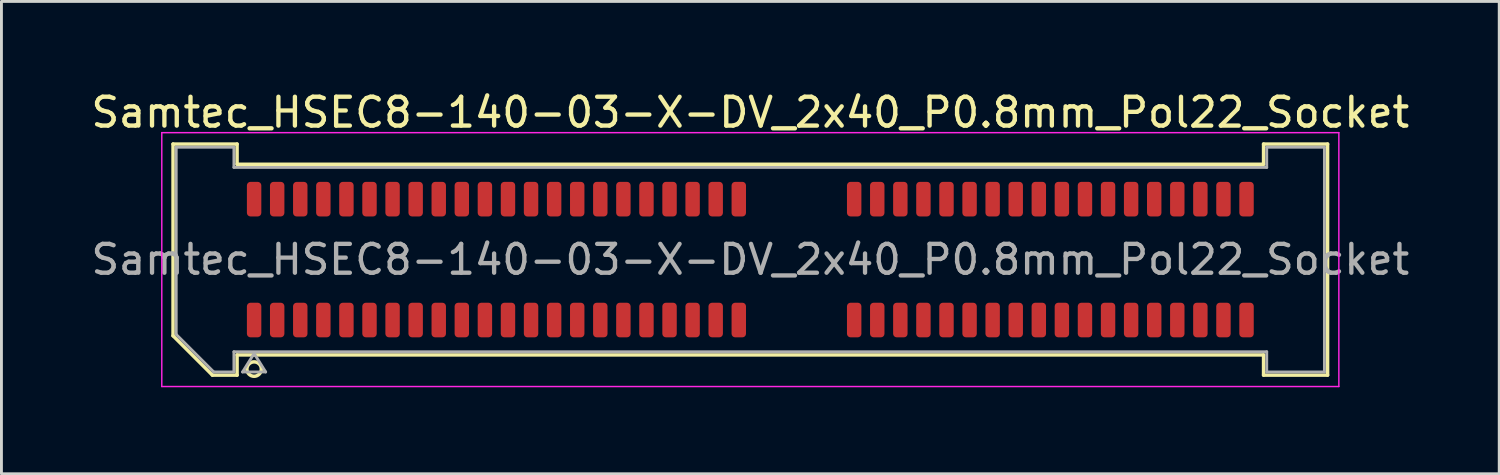
<source format=kicad_pcb>
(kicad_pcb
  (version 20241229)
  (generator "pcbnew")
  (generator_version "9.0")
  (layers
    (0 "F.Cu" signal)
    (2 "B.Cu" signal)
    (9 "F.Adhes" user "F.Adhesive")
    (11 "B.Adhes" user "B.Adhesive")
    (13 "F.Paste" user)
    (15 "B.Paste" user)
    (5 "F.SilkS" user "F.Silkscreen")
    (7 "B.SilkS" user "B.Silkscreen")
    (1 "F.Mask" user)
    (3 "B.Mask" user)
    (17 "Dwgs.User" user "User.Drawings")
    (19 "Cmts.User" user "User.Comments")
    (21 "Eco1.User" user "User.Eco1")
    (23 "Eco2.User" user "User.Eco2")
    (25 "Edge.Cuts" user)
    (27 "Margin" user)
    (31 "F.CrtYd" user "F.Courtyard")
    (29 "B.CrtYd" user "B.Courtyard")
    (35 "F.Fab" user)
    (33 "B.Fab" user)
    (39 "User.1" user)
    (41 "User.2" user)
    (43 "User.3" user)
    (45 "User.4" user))
  (footprint "Samtec_HSEC8-140-03-X-DV_2x40_P0.8mm_Pol22_Socket"
    (layer "F.Cu")
    (at 22.958 5.948)
    (property "Reference" "Samtec_HSEC8-140-03-X-DV_2x40_P0.8mm_Pol22_Socket" (at 0 -5.1 0) (layer "F.SilkS") (effects (font (size 1 1) (thickness 0.15))))
    (attr smd)
    (fp_line (start -20.01 -4.005) (end -17.79 -4.005) (stroke (width 0.12) (type solid)) (layer "F.SilkS"))
    (fp_line (start -20.01 2.641) (end -20.01 -4.005) (stroke (width 0.12) (type solid)) (layer "F.SilkS"))
    (fp_line (start -18.646 4.005) (end -20.01 2.641) (stroke (width 0.12) (type solid)) (layer "F.SilkS"))
    (fp_line (start -17.79 -4.005) (end -17.79 -3.305) (stroke (width 0.12) (type solid)) (layer "F.SilkS"))
    (fp_line (start -17.79 -3.305) (end 17.79 -3.305) (stroke (width 0.12) (type solid)) (layer "F.SilkS"))
    (fp_line (start -17.79 3.305) (end -17.79 4.005) (stroke (width 0.12) (type solid)) (layer "F.SilkS"))
    (fp_line (start -17.79 4.005) (end -18.646 4.005) (stroke (width 0.12) (type solid)) (layer "F.SilkS"))
    (fp_line (start 17.79 -4.005) (end 20.01 -4.005) (stroke (width 0.12) (type solid)) (layer "F.SilkS"))
    (fp_line (start 17.79 -3.305) (end 17.79 -4.005) (stroke (width 0.12) (type solid)) (layer "F.SilkS"))
    (fp_line (start 17.79 3.305) (end -17.79 3.305) (stroke (width 0.12) (type solid)) (layer "F.SilkS"))
    (fp_line (start 17.79 4.005) (end 17.79 3.305) (stroke (width 0.12) (type solid)) (layer "F.SilkS"))
    (fp_line (start 20.01 -4.005) (end 20.01 4.005) (stroke (width 0.12) (type solid)) (layer "F.SilkS"))
    (fp_line (start 20.01 4.005) (end 17.79 4.005) (stroke (width 0.12) (type solid)) (layer "F.SilkS"))
    (fp_circle (center -17.2 3.795) (end -16.95 3.795) (stroke (width 0.12) (type solid)) (fill no) (layer "F.SilkS"))
    (fp_line (start -20.4 -4.4) (end -20.4 4.4) (stroke (width 0.05) (type solid)) (layer "F.CrtYd"))
    (fp_line (start -20.4 4.4) (end 20.4 4.4) (stroke (width 0.05) (type solid)) (layer "F.CrtYd"))
    (fp_line (start 20.4 -4.4) (end -20.4 -4.4) (stroke (width 0.05) (type solid)) (layer "F.CrtYd"))
    (fp_line (start 20.4 4.4) (end 20.4 -4.4) (stroke (width 0.05) (type solid)) (layer "F.CrtYd"))
    (fp_line (start -19.9 -3.895) (end -17.9 -3.895) (stroke (width 0.1) (type solid)) (layer "F.Fab"))
    (fp_line (start -19.9 2.595) (end -19.9 -3.895) (stroke (width 0.1) (type solid)) (layer "F.Fab"))
    (fp_line (start -18.6 3.895) (end -19.9 2.595) (stroke (width 0.1) (type solid)) (layer "F.Fab"))
    (fp_line (start -17.9 -3.895) (end -17.9 -3.195) (stroke (width 0.1) (type solid)) (layer "F.Fab"))
    (fp_line (start -17.9 -3.195) (end 17.9 -3.195) (stroke (width 0.1) (type solid)) (layer "F.Fab"))
    (fp_line (start -17.9 3.195) (end -17.9 3.895) (stroke (width 0.1) (type solid)) (layer "F.Fab"))
    (fp_line (start -17.9 3.895) (end -18.6 3.895) (stroke (width 0.1) (type solid)) (layer "F.Fab"))
    (fp_line (start -17.6 3.895) (end -17.2 3.255) (stroke (width 0.1) (type solid)) (layer "F.Fab"))
    (fp_line (start -17.2 3.255) (end -16.8 3.895) (stroke (width 0.1) (type solid)) (layer "F.Fab"))
    (fp_line (start -16.8 3.895) (end -17.6 3.895) (stroke (width 0.1) (type solid)) (layer "F.Fab"))
    (fp_line (start 17.9 -3.895) (end 19.9 -3.895) (stroke (width 0.1) (type solid)) (layer "F.Fab"))
    (fp_line (start 17.9 -3.195) (end 17.9 -3.895) (stroke (width 0.1) (type solid)) (layer "F.Fab"))
    (fp_line (start 17.9 3.195) (end -17.9 3.195) (stroke (width 0.1) (type solid)) (layer "F.Fab"))
    (fp_line (start 17.9 3.895) (end 17.9 3.195) (stroke (width 0.1) (type solid)) (layer "F.Fab"))
    (fp_line (start 19.9 -3.895) (end 19.9 3.895) (stroke (width 0.1) (type solid)) (layer "F.Fab"))
    (fp_line (start 19.9 3.895) (end 17.9 3.895) (stroke (width 0.1) (type solid)) (layer "F.Fab"))
    (fp_text user "${REFERENCE}" (at 0 0 0) (layer "F.Fab") (effects (font (size 1 1) (thickness 0.15))))
    (pad "1" smd roundrect (at -17.2 2.095) (size 0.5 1.2) (layers "F.Cu" "F.Mask" "F.Paste") (roundrect_rratio 0.25))
    (pad "2" smd roundrect (at -17.2 -2.095) (size 0.5 1.2) (layers "F.Cu" "F.Mask" "F.Paste") (roundrect_rratio 0.25))
    (pad "3" smd roundrect (at -16.4 2.095) (size 0.5 1.2) (layers "F.Cu" "F.Mask" "F.Paste") (roundrect_rratio 0.25))
    (pad "4" smd roundrect (at -16.4 -2.095) (size 0.5 1.2) (layers "F.Cu" "F.Mask" "F.Paste") (roundrect_rratio 0.25))
    (pad "5" smd roundrect (at -15.6 2.095) (size 0.5 1.2) (layers "F.Cu" "F.Mask" "F.Paste") (roundrect_rratio 0.25))
    (pad "6" smd roundrect (at -15.6 -2.095) (size 0.5 1.2) (layers "F.Cu" "F.Mask" "F.Paste") (roundrect_rratio 0.25))
    (pad "7" smd roundrect (at -14.8 2.095) (size 0.5 1.2) (layers "F.Cu" "F.Mask" "F.Paste") (roundrect_rratio 0.25))
    (pad "8" smd roundrect (at -14.8 -2.095) (size 0.5 1.2) (layers "F.Cu" "F.Mask" "F.Paste") (roundrect_rratio 0.25))
    (pad "9" smd roundrect (at -14 2.095) (size 0.5 1.2) (layers "F.Cu" "F.Mask" "F.Paste") (roundrect_rratio 0.25))
    (pad "10" smd roundrect (at -14 -2.095) (size 0.5 1.2) (layers "F.Cu" "F.Mask" "F.Paste") (roundrect_rratio 0.25))
    (pad "11" smd roundrect (at -13.2 2.095) (size 0.5 1.2) (layers "F.Cu" "F.Mask" "F.Paste") (roundrect_rratio 0.25))
    (pad "12" smd roundrect (at -13.2 -2.095) (size 0.5 1.2) (layers "F.Cu" "F.Mask" "F.Paste") (roundrect_rratio 0.25))
    (pad "13" smd roundrect (at -12.4 2.095) (size 0.5 1.2) (layers "F.Cu" "F.Mask" "F.Paste") (roundrect_rratio 0.25))
    (pad "14" smd roundrect (at -12.4 -2.095) (size 0.5 1.2) (layers "F.Cu" "F.Mask" "F.Paste") (roundrect_rratio 0.25))
    (pad "15" smd roundrect (at -11.6 2.095) (size 0.5 1.2) (layers "F.Cu" "F.Mask" "F.Paste") (roundrect_rratio 0.25))
    (pad "16" smd roundrect (at -11.6 -2.095) (size 0.5 1.2) (layers "F.Cu" "F.Mask" "F.Paste") (roundrect_rratio 0.25))
    (pad "17" smd roundrect (at -10.8 2.095) (size 0.5 1.2) (layers "F.Cu" "F.Mask" "F.Paste") (roundrect_rratio 0.25))
    (pad "18" smd roundrect (at -10.8 -2.095) (size 0.5 1.2) (layers "F.Cu" "F.Mask" "F.Paste") (roundrect_rratio 0.25))
    (pad "19" smd roundrect (at -10 2.095) (size 0.5 1.2) (layers "F.Cu" "F.Mask" "F.Paste") (roundrect_rratio 0.25))
    (pad "20" smd roundrect (at -10 -2.095) (size 0.5 1.2) (layers "F.Cu" "F.Mask" "F.Paste") (roundrect_rratio 0.25))
    (pad "21" smd roundrect (at -9.2 2.095) (size 0.5 1.2) (layers "F.Cu" "F.Mask" "F.Paste") (roundrect_rratio 0.25))
    (pad "22" smd roundrect (at -9.2 -2.095) (size 0.5 1.2) (layers "F.Cu" "F.Mask" "F.Paste") (roundrect_rratio 0.25))
    (pad "23" smd roundrect (at -8.4 2.095) (size 0.5 1.2) (layers "F.Cu" "F.Mask" "F.Paste") (roundrect_rratio 0.25))
    (pad "24" smd roundrect (at -8.4 -2.095) (size 0.5 1.2) (layers "F.Cu" "F.Mask" "F.Paste") (roundrect_rratio 0.25))
    (pad "25" smd roundrect (at -7.6 2.095) (size 0.5 1.2) (layers "F.Cu" "F.Mask" "F.Paste") (roundrect_rratio 0.25))
    (pad "26" smd roundrect (at -7.6 -2.095) (size 0.5 1.2) (layers "F.Cu" "F.Mask" "F.Paste") (roundrect_rratio 0.25))
    (pad "27" smd roundrect (at -6.8 2.095) (size 0.5 1.2) (layers "F.Cu" "F.Mask" "F.Paste") (roundrect_rratio 0.25))
    (pad "28" smd roundrect (at -6.8 -2.095) (size 0.5 1.2) (layers "F.Cu" "F.Mask" "F.Paste") (roundrect_rratio 0.25))
    (pad "29" smd roundrect (at -6 2.095) (size 0.5 1.2) (layers "F.Cu" "F.Mask" "F.Paste") (roundrect_rratio 0.25))
    (pad "30" smd roundrect (at -6 -2.095) (size 0.5 1.2) (layers "F.Cu" "F.Mask" "F.Paste") (roundrect_rratio 0.25))
    (pad "31" smd roundrect (at -5.2 2.095) (size 0.5 1.2) (layers "F.Cu" "F.Mask" "F.Paste") (roundrect_rratio 0.25))
    (pad "32" smd roundrect (at -5.2 -2.095) (size 0.5 1.2) (layers "F.Cu" "F.Mask" "F.Paste") (roundrect_rratio 0.25))
    (pad "33" smd roundrect (at -4.4 2.095) (size 0.5 1.2) (layers "F.Cu" "F.Mask" "F.Paste") (roundrect_rratio 0.25))
    (pad "34" smd roundrect (at -4.4 -2.095) (size 0.5 1.2) (layers "F.Cu" "F.Mask" "F.Paste") (roundrect_rratio 0.25))
    (pad "35" smd roundrect (at -3.6 2.095) (size 0.5 1.2) (layers "F.Cu" "F.Mask" "F.Paste") (roundrect_rratio 0.25))
    (pad "36" smd roundrect (at -3.6 -2.095) (size 0.5 1.2) (layers "F.Cu" "F.Mask" "F.Paste") (roundrect_rratio 0.25))
    (pad "37" smd roundrect (at -2.8 2.095) (size 0.5 1.2) (layers "F.Cu" "F.Mask" "F.Paste") (roundrect_rratio 0.25))
    (pad "38" smd roundrect (at -2.8 -2.095) (size 0.5 1.2) (layers "F.Cu" "F.Mask" "F.Paste") (roundrect_rratio 0.25))
    (pad "39" smd roundrect (at -2 2.095) (size 0.5 1.2) (layers "F.Cu" "F.Mask" "F.Paste") (roundrect_rratio 0.25))
    (pad "40" smd roundrect (at -2 -2.095) (size 0.5 1.2) (layers "F.Cu" "F.Mask" "F.Paste") (roundrect_rratio 0.25))
    (pad "41" smd roundrect (at -1.2 2.095) (size 0.5 1.2) (layers "F.Cu" "F.Mask" "F.Paste") (roundrect_rratio 0.25))
    (pad "42" smd roundrect (at -1.2 -2.095) (size 0.5 1.2) (layers "F.Cu" "F.Mask" "F.Paste") (roundrect_rratio 0.25))
    (pad "43" smd roundrect (at -0.4 2.095) (size 0.5 1.2) (layers "F.Cu" "F.Mask" "F.Paste") (roundrect_rratio 0.25))
    (pad "44" smd roundrect (at -0.4 -2.095) (size 0.5 1.2) (layers "F.Cu" "F.Mask" "F.Paste") (roundrect_rratio 0.25))
    (pad "45" smd roundrect (at 3.6 2.095) (size 0.5 1.2) (layers "F.Cu" "F.Mask" "F.Paste") (roundrect_rratio 0.25))
    (pad "46" smd roundrect (at 3.6 -2.095) (size 0.5 1.2) (layers "F.Cu" "F.Mask" "F.Paste") (roundrect_rratio 0.25))
    (pad "47" smd roundrect (at 4.4 2.095) (size 0.5 1.2) (layers "F.Cu" "F.Mask" "F.Paste") (roundrect_rratio 0.25))
    (pad "48" smd roundrect (at 4.4 -2.095) (size 0.5 1.2) (layers "F.Cu" "F.Mask" "F.Paste") (roundrect_rratio 0.25))
    (pad "49" smd roundrect (at 5.2 2.095) (size 0.5 1.2) (layers "F.Cu" "F.Mask" "F.Paste") (roundrect_rratio 0.25))
    (pad "50" smd roundrect (at 5.2 -2.095) (size 0.5 1.2) (layers "F.Cu" "F.Mask" "F.Paste") (roundrect_rratio 0.25))
    (pad "51" smd roundrect (at 6 2.095) (size 0.5 1.2) (layers "F.Cu" "F.Mask" "F.Paste") (roundrect_rratio 0.25))
    (pad "52" smd roundrect (at 6 -2.095) (size 0.5 1.2) (layers "F.Cu" "F.Mask" "F.Paste") (roundrect_rratio 0.25))
    (pad "53" smd roundrect (at 6.8 2.095) (size 0.5 1.2) (layers "F.Cu" "F.Mask" "F.Paste") (roundrect_rratio 0.25))
    (pad "54" smd roundrect (at 6.8 -2.095) (size 0.5 1.2) (layers "F.Cu" "F.Mask" "F.Paste") (roundrect_rratio 0.25))
    (pad "55" smd roundrect (at 7.6 2.095) (size 0.5 1.2) (layers "F.Cu" "F.Mask" "F.Paste") (roundrect_rratio 0.25))
    (pad "56" smd roundrect (at 7.6 -2.095) (size 0.5 1.2) (layers "F.Cu" "F.Mask" "F.Paste") (roundrect_rratio 0.25))
    (pad "57" smd roundrect (at 8.4 2.095) (size 0.5 1.2) (layers "F.Cu" "F.Mask" "F.Paste") (roundrect_rratio 0.25))
    (pad "58" smd roundrect (at 8.4 -2.095) (size 0.5 1.2) (layers "F.Cu" "F.Mask" "F.Paste") (roundrect_rratio 0.25))
    (pad "59" smd roundrect (at 9.2 2.095) (size 0.5 1.2) (layers "F.Cu" "F.Mask" "F.Paste") (roundrect_rratio 0.25))
    (pad "60" smd roundrect (at 9.2 -2.095) (size 0.5 1.2) (layers "F.Cu" "F.Mask" "F.Paste") (roundrect_rratio 0.25))
    (pad "61" smd roundrect (at 10 2.095) (size 0.5 1.2) (layers "F.Cu" "F.Mask" "F.Paste") (roundrect_rratio 0.25))
    (pad "62" smd roundrect (at 10 -2.095) (size 0.5 1.2) (layers "F.Cu" "F.Mask" "F.Paste") (roundrect_rratio 0.25))
    (pad "63" smd roundrect (at 10.8 2.095) (size 0.5 1.2) (layers "F.Cu" "F.Mask" "F.Paste") (roundrect_rratio 0.25))
    (pad "64" smd roundrect (at 10.8 -2.095) (size 0.5 1.2) (layers "F.Cu" "F.Mask" "F.Paste") (roundrect_rratio 0.25))
    (pad "65" smd roundrect (at 11.6 2.095) (size 0.5 1.2) (layers "F.Cu" "F.Mask" "F.Paste") (roundrect_rratio 0.25))
    (pad "66" smd roundrect (at 11.6 -2.095) (size 0.5 1.2) (layers "F.Cu" "F.Mask" "F.Paste") (roundrect_rratio 0.25))
    (pad "67" smd roundrect (at 12.4 2.095) (size 0.5 1.2) (layers "F.Cu" "F.Mask" "F.Paste") (roundrect_rratio 0.25))
    (pad "68" smd roundrect (at 12.4 -2.095) (size 0.5 1.2) (layers "F.Cu" "F.Mask" "F.Paste") (roundrect_rratio 0.25))
    (pad "69" smd roundrect (at 13.2 2.095) (size 0.5 1.2) (layers "F.Cu" "F.Mask" "F.Paste") (roundrect_rratio 0.25))
    (pad "70" smd roundrect (at 13.2 -2.095) (size 0.5 1.2) (layers "F.Cu" "F.Mask" "F.Paste") (roundrect_rratio 0.25))
    (pad "71" smd roundrect (at 14 2.095) (size 0.5 1.2) (layers "F.Cu" "F.Mask" "F.Paste") (roundrect_rratio 0.25))
    (pad "72" smd roundrect (at 14 -2.095) (size 0.5 1.2) (layers "F.Cu" "F.Mask" "F.Paste") (roundrect_rratio 0.25))
    (pad "73" smd roundrect (at 14.8 2.095) (size 0.5 1.2) (layers "F.Cu" "F.Mask" "F.Paste") (roundrect_rratio 0.25))
    (pad "74" smd roundrect (at 14.8 -2.095) (size 0.5 1.2) (layers "F.Cu" "F.Mask" "F.Paste") (roundrect_rratio 0.25))
    (pad "75" smd roundrect (at 15.6 2.095) (size 0.5 1.2) (layers "F.Cu" "F.Mask" "F.Paste") (roundrect_rratio 0.25))
    (pad "76" smd roundrect (at 15.6 -2.095) (size 0.5 1.2) (layers "F.Cu" "F.Mask" "F.Paste") (roundrect_rratio 0.25))
    (pad "77" smd roundrect (at 16.4 2.095) (size 0.5 1.2) (layers "F.Cu" "F.Mask" "F.Paste") (roundrect_rratio 0.25))
    (pad "78" smd roundrect (at 16.4 -2.095) (size 0.5 1.2) (layers "F.Cu" "F.Mask" "F.Paste") (roundrect_rratio 0.25))
    (pad "79" smd roundrect (at 17.2 2.095) (size 0.5 1.2) (layers "F.Cu" "F.Mask" "F.Paste") (roundrect_rratio 0.25))
    (pad "80" smd roundrect (at 17.2 -2.095) (size 0.5 1.2) (layers "F.Cu" "F.Mask" "F.Paste") (roundrect_rratio 0.25)))
  (gr_rect
    (start -3 -3)
    (end 48.917 13.373)
    (stroke (width 0.1) (type default))
    (fill no)
    (layer "Edge.Cuts")))
</source>
